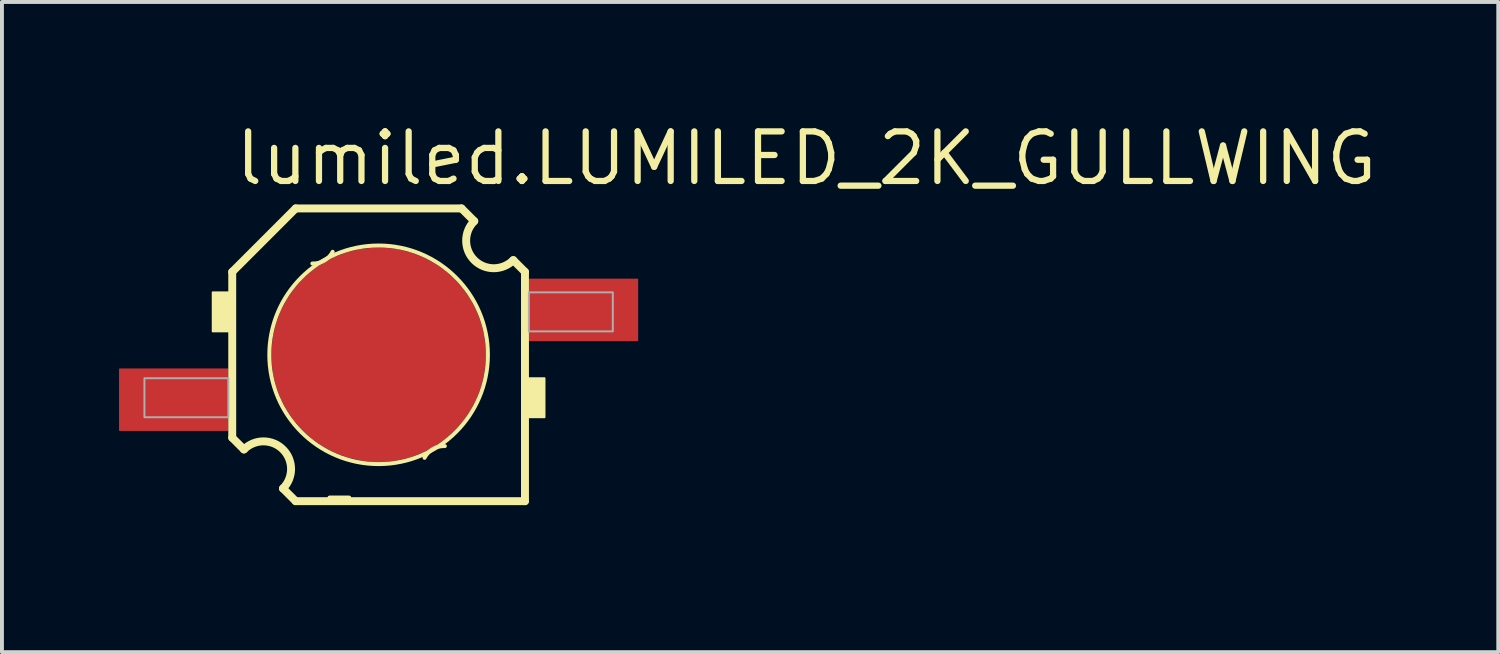
<source format=kicad_pcb>
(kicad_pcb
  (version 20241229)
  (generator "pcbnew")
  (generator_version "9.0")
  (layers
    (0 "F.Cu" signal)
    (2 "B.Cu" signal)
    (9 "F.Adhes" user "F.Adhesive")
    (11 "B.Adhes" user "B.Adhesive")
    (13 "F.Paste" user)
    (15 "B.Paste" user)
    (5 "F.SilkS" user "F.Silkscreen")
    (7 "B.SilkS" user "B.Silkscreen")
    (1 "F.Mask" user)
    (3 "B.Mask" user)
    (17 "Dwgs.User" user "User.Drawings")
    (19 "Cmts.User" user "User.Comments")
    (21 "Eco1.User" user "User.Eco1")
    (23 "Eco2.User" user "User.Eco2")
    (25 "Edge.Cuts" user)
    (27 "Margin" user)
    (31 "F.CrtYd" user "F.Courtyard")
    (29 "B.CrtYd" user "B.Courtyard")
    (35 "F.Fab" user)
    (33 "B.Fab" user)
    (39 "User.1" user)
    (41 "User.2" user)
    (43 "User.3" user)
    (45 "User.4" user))
  (footprint "lumiled.LUMILED_2K_GULLWING"
    (layer "F.Cu")
    (at 6.65 6.04)
    (property "Reference" "lumiled.LUMILED_2K_GULLWING" (at -3.75 -4.29 0) (layer "F.SilkS") (effects (font (size 1.27 1.27) (thickness 0.16)) (justify left bottom)))
    (attr smd)
    (fp_poly (pts (xy -2.425 1.325) (xy -2.425 -1.4) (xy -0.05 -2.775) (xy 0.05 -2.775) (xy 2.35 -1.45) (xy 2.425 -1.325) (xy 2.425 1.4) (xy 0 2.8) (xy -2.35 1.45)) (stroke (width 0.203) (type default)) (fill yes) (layer "F.Mask"))
    (fp_line (start -3.75 -2.125) (end -3.75 2.125) (stroke (width 0.203) (type default)) (layer "F.SilkS"))
    (fp_line (start -3.75 2.125) (end -3.45 2.425) (stroke (width 0.203) (type default)) (layer "F.SilkS"))
    (fp_line (start -2.45 3.425) (end -2.125 3.75) (stroke (width 0.203) (type default)) (layer "F.SilkS"))
    (fp_line (start -2.125 -3.75) (end -3.75 -2.125) (stroke (width 0.203) (type default)) (layer "F.SilkS"))
    (fp_line (start -2.125 3.75) (end 3.75 3.75) (stroke (width 0.203) (type default)) (layer "F.SilkS"))
    (fp_line (start -1.256 3.66) (end -0.756 3.66) (stroke (width 0.1) (type default)) (layer "F.SilkS"))
    (fp_line (start -1.256 3.66) (end -0.756 3.66) (stroke (width 0.1) (type default)) (layer "F.SilkS"))
    (fp_line (start 2.125 -3.75) (end -2.125 -3.75) (stroke (width 0.203) (type default)) (layer "F.SilkS"))
    (fp_line (start 2.45 -3.425) (end 2.125 -3.75) (stroke (width 0.203) (type default)) (layer "F.SilkS"))
    (fp_line (start 3.75 -2.125) (end 3.45 -2.425) (stroke (width 0.203) (type default)) (layer "F.SilkS"))
    (fp_line (start 3.75 3.75) (end 3.75 -2.125) (stroke (width 0.203) (type default)) (layer "F.SilkS"))
    (fp_rect (start -4.25 -0.6) (end -3.825 -1.6) (stroke (width 0.05) (type default)) (fill yes) (layer "F.SilkS"))
    (fp_rect (start 3.825 1.6) (end 4.25 0.6) (stroke (width 0.05) (type default)) (fill yes) (layer "F.SilkS"))
    (fp_arc (start -3.45 2.425) (mid -2.450602 2.4256) (end -2.45 3.425) (stroke (width 0.2032) (type default)) (layer "F.SilkS"))
    (fp_arc (start -1.1766 -2.6397) (mid -1.393123 -2.413003) (end -1.6977 -2.3388) (stroke (width 0.1016) (type default)) (layer "F.SilkS"))
    (fp_arc (start 1.1766 2.6396) (mid 1.393141 2.412935) (end 1.6977 2.3387) (stroke (width 0.1016) (type default)) (layer "F.SilkS"))
    (fp_arc (start 3.45 -2.425) (mid 2.450602 -2.4256) (end 2.45 -3.425) (stroke (width 0.2032) (type default)) (layer "F.SilkS"))
    (fp_circle (center 0 0) (end 2.8 0) (stroke (width 0.102) (type default)) (fill no) (layer "F.SilkS"))
    (fp_rect (start -6.25 -0.5) (end -4.25 -1.75) (stroke (width 0.05) (type default)) (fill yes) (layer "F.Paste"))
    (fp_rect (start -6.25 1.75) (end -4.25 0.5) (stroke (width 0.05) (type default)) (fill yes) (layer "F.Paste"))
    (fp_poly (pts (xy -2.425 1.325) (xy -2.425 -1.4) (xy -0.05 -2.775) (xy 0.05 -2.775) (xy 2.35 -1.45) (xy 2.425 -1.325) (xy 2.425 1.4) (xy 0 2.8) (xy -2.35 1.45)) (stroke (width 0.203) (type default)) (fill yes) (layer "F.Paste"))
    (fp_rect (start -6 1.6) (end -3.85 0.6) (stroke (width 0.05) (type default)) (fill no) (layer "F.Fab"))
    (fp_rect (start 3.85 -0.6) (end 6 -1.6) (stroke (width 0.05) (type default)) (fill no) (layer "F.Fab"))
    (fp_circle (center -2.338 -3.019) (end -2.088 -3.019) (stroke (width 0.001) (type default)) (fill no) (layer "F.Fab"))
    (fp_circle (center -2.338 -2.119) (end -2.088 -2.119) (stroke (width 0.001) (type default)) (fill no) (layer "F.Fab"))
    (fp_circle (center -2.338 2.119) (end -2.088 2.119) (stroke (width 0.001) (type default)) (fill no) (layer "F.Fab"))
    (fp_circle (center -2.338 3.019) (end -2.088 3.019) (stroke (width 0.001) (type default)) (fill no) (layer "F.Fab"))
    (fp_circle (center -1.559 -3.469) (end -1.309 -3.469) (stroke (width 0.001) (type default)) (fill no) (layer "F.Fab"))
    (fp_circle (center -1.559 -2.569) (end -1.309 -2.569) (stroke (width 0.001) (type default)) (fill no) (layer "F.Fab"))
    (fp_circle (center -1.559 2.569) (end -1.309 2.569) (stroke (width 0.001) (type default)) (fill no) (layer "F.Fab"))
    (fp_circle (center -1.559 3.469) (end -1.309 3.469) (stroke (width 0.001) (type default)) (fill no) (layer "F.Fab"))
    (fp_circle (center -0.779 -3.919) (end -0.529 -3.919) (stroke (width 0.001) (type default)) (fill no) (layer "F.Fab"))
    (fp_circle (center -0.779 -3.019) (end -0.529 -3.019) (stroke (width 0.001) (type default)) (fill no) (layer "F.Fab"))
    (fp_circle (center -0.779 3.019) (end -0.529 3.019) (stroke (width 0.001) (type default)) (fill no) (layer "F.Fab"))
    (fp_circle (center -0.779 3.919) (end -0.529 3.919) (stroke (width 0.001) (type default)) (fill no) (layer "F.Fab"))
    (fp_circle (center 0.0001 -4.369) (end 0.25 -4.369) (stroke (width 0.001) (type default)) (fill no) (layer "F.Fab"))
    (fp_circle (center 0.0001 -3.469) (end 0.25 -3.469) (stroke (width 0.001) (type default)) (fill no) (layer "F.Fab"))
    (fp_circle (center 0.0001 3.469) (end 0.25 3.469) (stroke (width 0.001) (type default)) (fill no) (layer "F.Fab"))
    (fp_circle (center 0.0001 4.369) (end 0.25 4.369) (stroke (width 0.001) (type default)) (fill no) (layer "F.Fab"))
    (fp_circle (center 0.779 -3.919) (end 1.03 -3.919) (stroke (width 0.001) (type default)) (fill no) (layer "F.Fab"))
    (fp_circle (center 0.779 -3.019) (end 1.03 -3.019) (stroke (width 0.001) (type default)) (fill no) (layer "F.Fab"))
    (fp_circle (center 0.779 3.019) (end 1.03 3.019) (stroke (width 0.001) (type default)) (fill no) (layer "F.Fab"))
    (fp_circle (center 0.779 3.919) (end 1.03 3.919) (stroke (width 0.001) (type default)) (fill no) (layer "F.Fab"))
    (fp_circle (center 1.559 -3.469) (end 1.809 -3.469) (stroke (width 0.001) (type default)) (fill no) (layer "F.Fab"))
    (fp_circle (center 1.559 -2.569) (end 1.809 -2.569) (stroke (width 0.001) (type default)) (fill no) (layer "F.Fab"))
    (fp_circle (center 1.559 2.569) (end 1.809 2.569) (stroke (width 0.001) (type default)) (fill no) (layer "F.Fab"))
    (fp_circle (center 1.559 3.469) (end 1.809 3.469) (stroke (width 0.001) (type default)) (fill no) (layer "F.Fab"))
    (fp_circle (center 2.338 -3.019) (end 2.588 -3.019) (stroke (width 0.001) (type default)) (fill no) (layer "F.Fab"))
    (fp_circle (center 2.338 -2.119) (end 2.588 -2.119) (stroke (width 0.001) (type default)) (fill no) (layer "F.Fab"))
    (fp_circle (center 2.338 2.119) (end 2.588 2.119) (stroke (width 0.001) (type default)) (fill no) (layer "F.Fab"))
    (fp_circle (center 2.338 3.019) (end 2.588 3.019) (stroke (width 0.001) (type default)) (fill no) (layer "F.Fab"))
    (pad "2" smd roundrect (at -5.25 1.15) (size 2.8 1.6) (layers "F.Cu" "F.Mask" "F.Paste") (roundrect_rratio 0.01))
    (pad "4" smd roundrect (at 5.25 -1.15) (size 2.8 1.6) (layers "F.Cu" "F.Mask" "F.Paste") (roundrect_rratio 0.01))
    (pad "TH" smd roundrect (at 0 0) (size 5.5 5.5) (layers "F.Cu" "F.Mask" "F.Paste") (roundrect_rratio 0.5)))
  (gr_rect
    (start -3 -3)
    (end 35.336 13.659)
    (stroke (width 0.1) (type default))
    (fill no)
    (layer "Edge.Cuts")))
</source>
